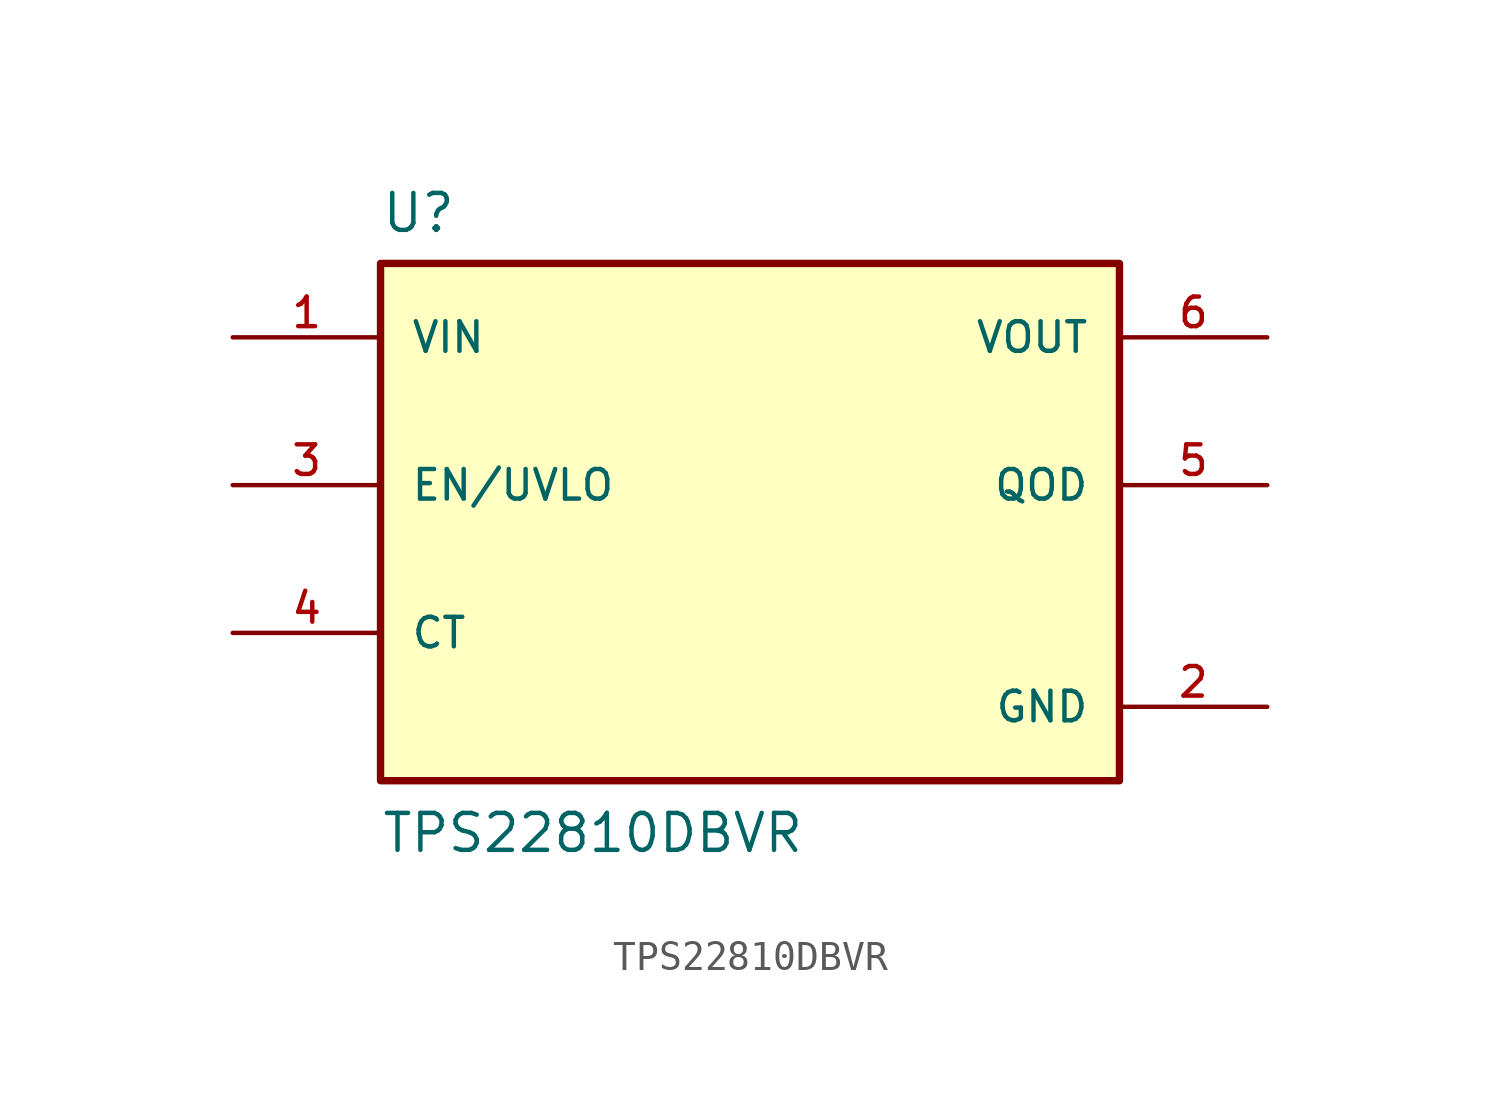
<source format=kicad_sym>
(kicad_symbol_lib
  (version 20211014)
  (generator kicad_symbol_editor)
  (symbol "TPS22810DBVR"
    (pin_names
      (offset 1.016))
    (property "Reference" "U"
      (at -12.7 11.151 0)
      (effects (font (size 1.27 1.27)) (justify left bottom)))
    (property "Value" "TPS22810DBVR"
      (at -12.7 -10.16 0)
      (effects (font (size 1.27 1.27)) (justify left bottom)))
    (property "ki_locked" ""
      (at 0 0 0)
      (effects (font (size 1.27 1.27))))
    (symbol "TPS22810DBVR_0_0"
      (rectangle (start -12.7 -7.62) (end 12.7 10.16) (stroke (width 0.254) (type default) (color 0 0 0 0)) (fill (type background)))
      (pin input line (at -17.78 7.62 0) (length 5.08) (name "VIN" (effects (font (size 1.016 1.016)))) (number "1" (effects (font (size 1.016 1.016)))))
      (pin power_in line (at 17.78 -5.08 180) (length 5.08) (name "GND" (effects (font (size 1.016 1.016)))) (number "2" (effects (font (size 1.016 1.016)))))
      (pin input line (at -17.78 2.54 0) (length 5.08) (name "EN/UVLO" (effects (font (size 1.016 1.016)))) (number "3" (effects (font (size 1.016 1.016)))))
      (pin output line (at -17.78 -2.54 0) (length 5.08) (name "CT" (effects (font (size 1.016 1.016)))) (number "4" (effects (font (size 1.016 1.016)))))
      (pin output line (at 17.78 2.54 180) (length 5.08) (name "QOD" (effects (font (size 1.016 1.016)))) (number "5" (effects (font (size 1.016 1.016)))))
      (pin output line (at 17.78 7.62 180) (length 5.08) (name "VOUT" (effects (font (size 1.016 1.016)))) (number "6" (effects (font (size 1.016 1.016))))))))
</source>
